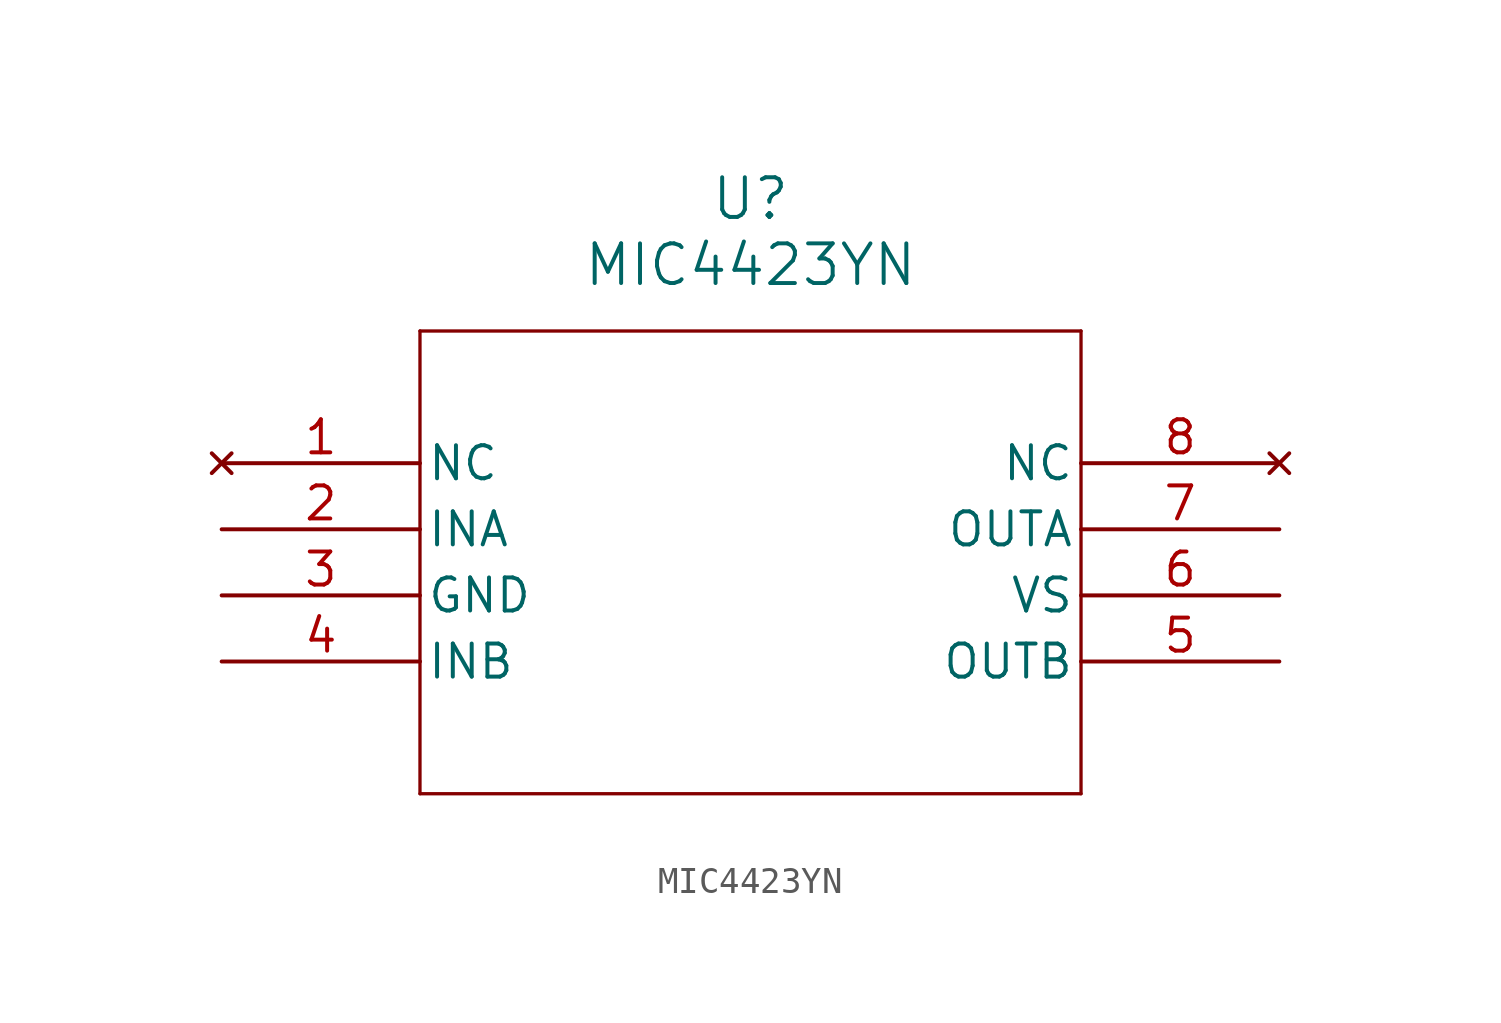
<source format=kicad_sym>
(kicad_symbol_lib
  (version 20220914)
  (generator kicad_symbol_editor)
  (symbol "MIC4423YN"
    (pin_names
      (offset 0.254))
    (property "Reference" "U"
      (at 20.32 10.16 0)
      (effects (font (size 1.524 1.524))))
    (property "Value" "MIC4423YN"
      (at 20.32 7.62 0)
      (effects (font (size 1.524 1.524))))
    (symbol "MIC4423YN_0_1"
      (polyline (pts (xy 7.62 -12.7) (xy 33.02 -12.7)) (stroke (width 0.127) (type default)) (fill (type none)))
      (polyline (pts (xy 7.62 5.08) (xy 7.62 -12.7)) (stroke (width 0.127) (type default)) (fill (type none)))
      (polyline (pts (xy 33.02 -12.7) (xy 33.02 5.08)) (stroke (width 0.127) (type default)) (fill (type none)))
      (polyline (pts (xy 33.02 5.08) (xy 7.62 5.08)) (stroke (width 0.127) (type default)) (fill (type none)))
      (pin no_connect line (at 0 0 0) (length 7.62) (name "NC" (effects (font (size 1.27 1.27)))) (number "1" (effects (font (size 1.27 1.27)))))
      (pin input line (at 0 -2.54 0) (length 7.62) (name "INA" (effects (font (size 1.27 1.27)))) (number "2" (effects (font (size 1.27 1.27)))))
      (pin power_out line (at 0 -5.08 0) (length 7.62) (name "GND" (effects (font (size 1.27 1.27)))) (number "3" (effects (font (size 1.27 1.27)))))
      (pin input line (at 0 -7.62 0) (length 7.62) (name "INB" (effects (font (size 1.27 1.27)))) (number "4" (effects (font (size 1.27 1.27)))))
      (pin output line (at 40.64 -7.62 180) (length 7.62) (name "OUTB" (effects (font (size 1.27 1.27)))) (number "5" (effects (font (size 1.27 1.27)))))
      (pin power_in line (at 40.64 -5.08 180) (length 7.62) (name "VS" (effects (font (size 1.27 1.27)))) (number "6" (effects (font (size 1.27 1.27)))))
      (pin output line (at 40.64 -2.54 180) (length 7.62) (name "OUTA" (effects (font (size 1.27 1.27)))) (number "7" (effects (font (size 1.27 1.27)))))
      (pin no_connect line (at 40.64 0 180) (length 7.62) (name "NC" (effects (font (size 1.27 1.27)))) (number "8" (effects (font (size 1.27 1.27))))))))
</source>
